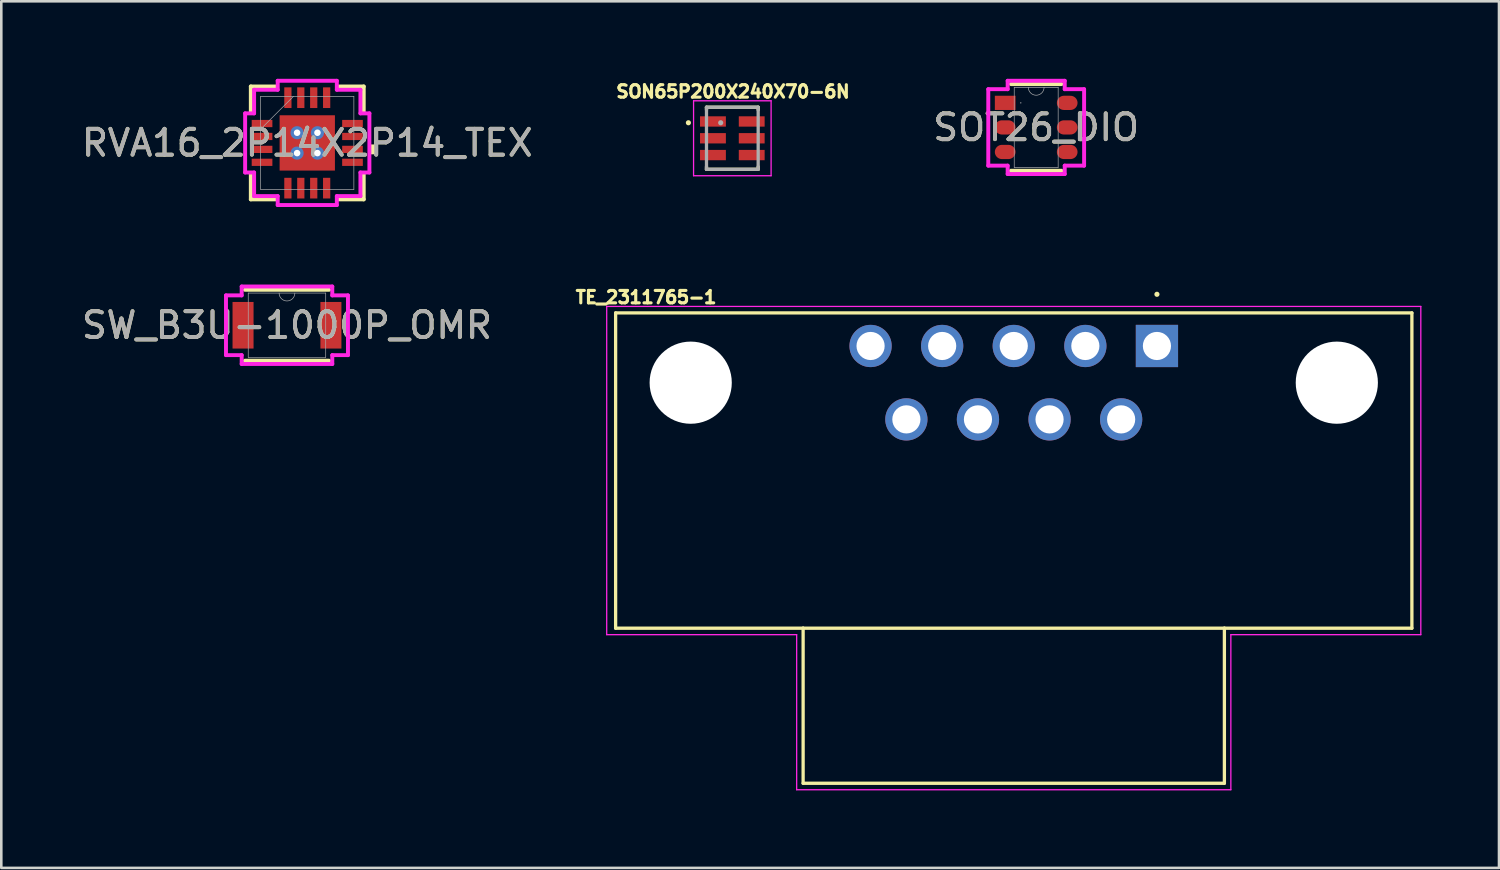
<source format=kicad_pcb>
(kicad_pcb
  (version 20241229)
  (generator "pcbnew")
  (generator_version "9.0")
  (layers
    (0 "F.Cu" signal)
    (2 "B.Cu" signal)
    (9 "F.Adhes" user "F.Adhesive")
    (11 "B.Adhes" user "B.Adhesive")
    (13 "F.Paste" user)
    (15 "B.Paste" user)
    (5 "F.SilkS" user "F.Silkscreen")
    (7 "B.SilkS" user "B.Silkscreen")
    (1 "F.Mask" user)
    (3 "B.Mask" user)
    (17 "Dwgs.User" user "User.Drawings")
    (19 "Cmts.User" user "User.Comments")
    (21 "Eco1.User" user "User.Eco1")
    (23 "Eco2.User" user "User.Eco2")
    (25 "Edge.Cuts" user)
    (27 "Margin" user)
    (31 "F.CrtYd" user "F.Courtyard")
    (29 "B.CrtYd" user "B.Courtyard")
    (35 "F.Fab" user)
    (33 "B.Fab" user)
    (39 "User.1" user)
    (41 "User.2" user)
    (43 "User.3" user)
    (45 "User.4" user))
  (footprint "TE_2311765-1"
    (layer "F.Cu")
    (at 41.715 10.337)
    (property "Reference" "TE_2311765-1" (at -19.767 -1.885 0) (layer "F.SilkS") (effects (font (size 0.48 0.48) (thickness 0.15))))
    (attr through_hole)
    (fp_line (start -20.945 -1.28) (end 9.865 -1.28) (stroke (width 0.127) (type solid)) (layer "F.SilkS"))
    (fp_line (start -20.945 10.92) (end -20.945 -1.28) (stroke (width 0.127) (type solid)) (layer "F.SilkS"))
    (fp_line (start -13.69 10.92) (end -20.945 10.92) (stroke (width 0.127) (type solid)) (layer "F.SilkS"))
    (fp_line (start -13.69 10.92) (end 2.61 10.92) (stroke (width 0.127) (type solid)) (layer "F.SilkS"))
    (fp_line (start -13.69 16.92) (end -13.69 10.92) (stroke (width 0.127) (type solid)) (layer "F.SilkS"))
    (fp_line (start 2.61 10.92) (end 2.61 16.92) (stroke (width 0.127) (type solid)) (layer "F.SilkS"))
    (fp_line (start 2.61 16.92) (end -13.69 16.92) (stroke (width 0.127) (type solid)) (layer "F.SilkS"))
    (fp_line (start 9.865 -1.28) (end 9.865 10.92) (stroke (width 0.127) (type solid)) (layer "F.SilkS"))
    (fp_line (start 9.865 10.92) (end 2.61 10.92) (stroke (width 0.127) (type solid)) (layer "F.SilkS"))
    (fp_circle (center 0 -2) (end 0.05 -2) (stroke (width 0.1) (type solid)) (fill no) (layer "F.SilkS"))
    (fp_line (start -21.29 -1.53) (end -21.29 11.17) (stroke (width 0.05) (type solid)) (layer "F.CrtYd"))
    (fp_line (start -21.29 -1.53) (end 10.21 -1.53) (stroke (width 0.05) (type solid)) (layer "F.CrtYd"))
    (fp_line (start -21.29 11.17) (end -13.94 11.17) (stroke (width 0.05) (type solid)) (layer "F.CrtYd"))
    (fp_line (start -13.94 11.17) (end -13.94 17.17) (stroke (width 0.05) (type solid)) (layer "F.CrtYd"))
    (fp_line (start 2.86 11.17) (end 2.86 17.17) (stroke (width 0.05) (type solid)) (layer "F.CrtYd"))
    (fp_line (start 2.86 17.17) (end -13.94 17.17) (stroke (width 0.05) (type solid)) (layer "F.CrtYd"))
    (fp_line (start 10.21 -1.53) (end 10.21 11.17) (stroke (width 0.05) (type solid)) (layer "F.CrtYd"))
    (fp_line (start 10.21 11.17) (end 2.86 11.17) (stroke (width 0.05) (type solid)) (layer "F.CrtYd"))
    (fp_circle (center 0 0) (end 0.05 0) (stroke (width 0.1) (type solid)) (fill no) (layer "F.Fab"))
    (pad "" np_thru_hole circle (at -18.04 1.42) (size 3.18 3.18) (drill 3.18) (layers "*.Cu" "*.Mask"))
    (pad "" np_thru_hole circle (at 6.96 1.42) (size 3.18 3.18) (drill 3.18) (layers "*.Cu" "*.Mask"))
    (pad "1" thru_hole rect (at 0 0) (size 1.635 1.635) (drill 1.09) (layers "*.Cu" "*.Mask"))
    (pad "2" thru_hole circle (at -2.77 0) (size 1.635 1.635) (drill 1.09) (layers "*.Cu" "*.Mask"))
    (pad "3" thru_hole circle (at -5.54 0) (size 1.635 1.635) (drill 1.09) (layers "*.Cu" "*.Mask"))
    (pad "4" thru_hole circle (at -8.31 0) (size 1.635 1.635) (drill 1.09) (layers "*.Cu" "*.Mask"))
    (pad "5" thru_hole circle (at -11.08 0) (size 1.635 1.635) (drill 1.09) (layers "*.Cu" "*.Mask"))
    (pad "6" thru_hole circle (at -1.385 2.84) (size 1.635 1.635) (drill 1.09) (layers "*.Cu" "*.Mask"))
    (pad "7" thru_hole circle (at -4.155 2.84) (size 1.635 1.635) (drill 1.09) (layers "*.Cu" "*.Mask"))
    (pad "8" thru_hole circle (at -6.925 2.84) (size 1.635 1.635) (drill 1.09) (layers "*.Cu" "*.Mask"))
    (pad "9" thru_hole circle (at -9.695 2.84) (size 1.635 1.635) (drill 1.09) (layers "*.Cu" "*.Mask")))
  (footprint "SOT26_DIO"
    (layer "F.Cu")
    (at 37.043 1.88)
    (property "Reference" "SOT26_DIO" (at 0 0 0) (unlocked yes) (layer "F.SilkS") (effects (font (size 1 1) (thickness 0.15))))
    (attr smd)
    (fp_line (start -0.977 1.677) (end 0.977 1.677) (stroke (width 0.152) (type solid)) (layer "F.SilkS"))
    (fp_line (start 0.977 -1.677) (end -0.977 -1.677) (stroke (width 0.152) (type solid)) (layer "F.SilkS"))
    (fp_line (start -1.854 -1.479) (end -1.104 -1.479) (stroke (width 0.152) (type solid)) (layer "F.CrtYd"))
    (fp_line (start -1.854 1.479) (end -1.854 -1.479) (stroke (width 0.152) (type solid)) (layer "F.CrtYd"))
    (fp_line (start -1.854 1.479) (end -1.104 1.479) (stroke (width 0.152) (type solid)) (layer "F.CrtYd"))
    (fp_line (start -1.104 -1.804) (end 1.104 -1.804) (stroke (width 0.152) (type solid)) (layer "F.CrtYd"))
    (fp_line (start -1.104 -1.479) (end -1.104 -1.804) (stroke (width 0.152) (type solid)) (layer "F.CrtYd"))
    (fp_line (start -1.104 1.804) (end -1.104 1.479) (stroke (width 0.152) (type solid)) (layer "F.CrtYd"))
    (fp_line (start 1.104 -1.804) (end 1.104 -1.479) (stroke (width 0.152) (type solid)) (layer "F.CrtYd"))
    (fp_line (start 1.104 1.479) (end 1.104 1.804) (stroke (width 0.152) (type solid)) (layer "F.CrtYd"))
    (fp_line (start 1.104 1.804) (end -1.104 1.804) (stroke (width 0.152) (type solid)) (layer "F.CrtYd"))
    (fp_line (start 1.854 -1.479) (end 1.104 -1.479) (stroke (width 0.152) (type solid)) (layer "F.CrtYd"))
    (fp_line (start 1.854 -1.479) (end 1.854 1.479) (stroke (width 0.152) (type solid)) (layer "F.CrtYd"))
    (fp_line (start 1.854 1.479) (end 1.104 1.479) (stroke (width 0.152) (type solid)) (layer "F.CrtYd"))
    (fp_line (start -0.85 -1.55) (end -0.85 1.55) (stroke (width 0.025) (type solid)) (layer "F.Fab"))
    (fp_line (start -0.85 1.55) (end 0.85 1.55) (stroke (width 0.025) (type solid)) (layer "F.Fab"))
    (fp_line (start 0.85 -1.55) (end -0.85 -1.55) (stroke (width 0.025) (type solid)) (layer "F.Fab"))
    (fp_line (start 0.85 1.55) (end 0.85 -1.55) (stroke (width 0.025) (type solid)) (layer "F.Fab"))
    (fp_arc (start 0.3048 -1.549999) (mid 0 -1.245199) (end -0.3048 -1.549999) (stroke (width 0.0254) (type solid)) (layer "F.Fab"))
    (fp_circle (center -0.596 -0.95) (end -0.596 -0.95) (stroke (width 0.025) (type solid)) (fill no) (layer "F.Fab"))
    (fp_text user "${REFERENCE}" (at 0 0 0) (unlocked yes) (layer "F.Fab") (effects (font (size 1 1) (thickness 0.15))))
    (pad "1" smd rect (at -1.2 -0.95) (size 0.8 0.55) (layers "F.Cu" "F.Mask" "F.Paste"))
    (pad "2" smd oval (at -1.2 0) (size 0.8 0.55) (layers "F.Cu" "F.Mask" "F.Paste"))
    (pad "3" smd oval (at -1.2 0.95) (size 0.8 0.55) (layers "F.Cu" "F.Mask" "F.Paste"))
    (pad "4" smd oval (at 1.2 0.95) (size 0.8 0.55) (layers "F.Cu" "F.Mask" "F.Paste"))
    (pad "5" smd oval (at 1.2 0) (size 0.8 0.55) (layers "F.Cu" "F.Mask" "F.Paste"))
    (pad "6" smd oval (at 1.2 -0.95) (size 0.8 0.55) (layers "F.Cu" "F.Mask" "F.Paste")))
  (footprint "RVA16_2P14X2P14_TEX"
    (layer "F.Cu")
    (at 8.839 2.48)
    (property "Reference" "RVA16_2P14X2P14_TEX" (at 0 0 0) (unlocked yes) (layer "F.SilkS") (effects (font (size 1 1) (thickness 0.15))))
    (attr smd)
    (fp_poly (pts (xy -1.133 -1.133) (xy -0.594 -1.133) (xy -0.594 1.133) (xy -1.133 1.133)) (stroke (width 0) (type solid)) (fill yes) (layer "F.Mask"))
    (fp_poly (pts (xy -1.133 -1.133) (xy 1.133 -1.133) (xy 1.133 -0.594) (xy -1.133 -0.594)) (stroke (width 0) (type solid)) (fill yes) (layer "F.Mask"))
    (fp_poly (pts (xy -1.133 -0.194) (xy 1.133 -0.194) (xy 1.133 0.194) (xy -1.133 0.194)) (stroke (width 0) (type solid)) (fill yes) (layer "F.Mask"))
    (fp_poly (pts (xy -1.133 0.594) (xy 1.133 0.594) (xy 1.133 1.133) (xy -1.133 1.133)) (stroke (width 0) (type solid)) (fill yes) (layer "F.Mask"))
    (fp_poly (pts (xy 0.194 -1.133) (xy -0.194 -1.133) (xy -0.194 1.133) (xy 0.194 1.133)) (stroke (width 0) (type solid)) (fill yes) (layer "F.Mask"))
    (fp_poly (pts (xy 0.594 -1.133) (xy 1.133 -1.133) (xy 1.133 1.133) (xy 0.594 1.133)) (stroke (width 0) (type solid)) (fill yes) (layer "F.Mask"))
    (fp_line (start -2.184 -2.184) (end -2.184 -1.221) (stroke (width 0.152) (type solid)) (layer "F.SilkS"))
    (fp_line (start -2.184 1.221) (end -2.184 2.184) (stroke (width 0.152) (type solid)) (layer "F.SilkS"))
    (fp_line (start -2.184 2.184) (end -1.221 2.184) (stroke (width 0.152) (type solid)) (layer "F.SilkS"))
    (fp_line (start -1.221 -2.184) (end -2.184 -2.184) (stroke (width 0.152) (type solid)) (layer "F.SilkS"))
    (fp_line (start 1.221 2.184) (end 2.184 2.184) (stroke (width 0.152) (type solid)) (layer "F.SilkS"))
    (fp_line (start 2.184 -2.184) (end 1.221 -2.184) (stroke (width 0.152) (type solid)) (layer "F.SilkS"))
    (fp_line (start 2.184 -1.221) (end 2.184 -2.184) (stroke (width 0.152) (type solid)) (layer "F.SilkS"))
    (fp_line (start 2.184 2.184) (end 2.184 1.221) (stroke (width 0.152) (type solid)) (layer "F.SilkS"))
    (fp_poly (pts (xy 2.658 0.059) (xy 2.658 0.441) (xy 2.404 0.441) (xy 2.404 0.059)) (stroke (width 0) (type solid)) (fill yes) (layer "F.SilkS"))
    (fp_poly (pts (xy -0.995 -0.995) (xy -0.995 -0.494) (xy -0.635 -0.494) (xy -0.494 -0.635) (xy -0.494 -0.995)) (stroke (width 0) (type solid)) (fill yes) (layer "F.Paste"))
    (fp_poly (pts (xy -0.995 0.494) (xy -0.995 0.995) (xy -0.494 0.995) (xy -0.494 0.635) (xy -0.635 0.494)) (stroke (width 0) (type solid)) (fill yes) (layer "F.Paste"))
    (fp_poly (pts (xy 0.494 -0.995) (xy 0.494 -0.635) (xy 0.635 -0.494) (xy 0.995 -0.494) (xy 0.995 -0.995)) (stroke (width 0) (type solid)) (fill yes) (layer "F.Paste"))
    (fp_poly (pts (xy 0.635 0.494) (xy 0.494 0.635) (xy 0.494 0.995) (xy 0.995 0.995) (xy 0.995 0.494)) (stroke (width 0) (type solid)) (fill yes) (layer "F.Paste"))
    (fp_poly (pts (xy -0.995 -0.294) (xy -0.995 0.294) (xy -0.635 0.294) (xy -0.494 0.152) (xy -0.494 -0.152) (xy -0.635 -0.294)) (stroke (width 0) (type solid)) (fill yes) (layer "F.Paste"))
    (fp_poly (pts (xy -0.294 -0.995) (xy -0.294 -0.635) (xy -0.152 -0.494) (xy 0.152 -0.494) (xy 0.294 -0.635) (xy 0.294 -0.995)) (stroke (width 0) (type solid)) (fill yes) (layer "F.Paste"))
    (fp_poly (pts (xy -0.152 0.494) (xy -0.294 0.635) (xy -0.294 0.995) (xy 0.294 0.995) (xy 0.294 0.635) (xy 0.152 0.494)) (stroke (width 0) (type solid)) (fill yes) (layer "F.Paste"))
    (fp_poly (pts (xy 0.635 -0.294) (xy 0.494 -0.152) (xy 0.494 0.152) (xy 0.635 0.294) (xy 0.995 0.294) (xy 0.995 -0.294)) (stroke (width 0) (type solid)) (fill yes) (layer "F.Paste"))
    (fp_poly (pts (xy -0.152 -0.294) (xy -0.294 -0.152) (xy -0.294 0.152) (xy -0.152 0.294) (xy 0.152 0.294) (xy 0.294 0.152) (xy 0.294 -0.152) (xy 0.152 -0.294)) (stroke (width 0) (type solid)) (fill yes) (layer "F.Paste"))
    (fp_line (start -2.404 -1.144) (end -2.057 -1.144) (stroke (width 0.152) (type solid)) (layer "F.CrtYd"))
    (fp_line (start -2.404 1.144) (end -2.404 -1.144) (stroke (width 0.152) (type solid)) (layer "F.CrtYd"))
    (fp_line (start -2.057 -2.057) (end -1.144 -2.057) (stroke (width 0.152) (type solid)) (layer "F.CrtYd"))
    (fp_line (start -2.057 -1.144) (end -2.057 -2.057) (stroke (width 0.152) (type solid)) (layer "F.CrtYd"))
    (fp_line (start -2.057 1.144) (end -2.404 1.144) (stroke (width 0.152) (type solid)) (layer "F.CrtYd"))
    (fp_line (start -2.057 2.057) (end -2.057 1.144) (stroke (width 0.152) (type solid)) (layer "F.CrtYd"))
    (fp_line (start -1.144 -2.404) (end 1.144 -2.404) (stroke (width 0.152) (type solid)) (layer "F.CrtYd"))
    (fp_line (start -1.144 -2.057) (end -1.144 -2.404) (stroke (width 0.152) (type solid)) (layer "F.CrtYd"))
    (fp_line (start -1.144 2.057) (end -2.057 2.057) (stroke (width 0.152) (type solid)) (layer "F.CrtYd"))
    (fp_line (start -1.144 2.404) (end -1.144 2.057) (stroke (width 0.152) (type solid)) (layer "F.CrtYd"))
    (fp_line (start 1.144 -2.404) (end 1.144 -2.057) (stroke (width 0.152) (type solid)) (layer "F.CrtYd"))
    (fp_line (start 1.144 -2.057) (end 2.057 -2.057) (stroke (width 0.152) (type solid)) (layer "F.CrtYd"))
    (fp_line (start 1.144 2.057) (end 1.144 2.404) (stroke (width 0.152) (type solid)) (layer "F.CrtYd"))
    (fp_line (start 1.144 2.404) (end -1.144 2.404) (stroke (width 0.152) (type solid)) (layer "F.CrtYd"))
    (fp_line (start 2.057 -2.057) (end 2.057 -1.144) (stroke (width 0.152) (type solid)) (layer "F.CrtYd"))
    (fp_line (start 2.057 -1.144) (end 2.404 -1.144) (stroke (width 0.152) (type solid)) (layer "F.CrtYd"))
    (fp_line (start 2.057 1.144) (end 2.057 2.057) (stroke (width 0.152) (type solid)) (layer "F.CrtYd"))
    (fp_line (start 2.057 2.057) (end 1.144 2.057) (stroke (width 0.152) (type solid)) (layer "F.CrtYd"))
    (fp_line (start 2.404 -1.144) (end 2.404 1.144) (stroke (width 0.152) (type solid)) (layer "F.CrtYd"))
    (fp_line (start 2.404 1.144) (end 2.057 1.144) (stroke (width 0.152) (type solid)) (layer "F.CrtYd"))
    (fp_line (start -1.803 -1.803) (end -1.803 1.803) (stroke (width 0.025) (type solid)) (layer "F.Fab"))
    (fp_line (start -1.803 -0.533) (end -0.533 -1.803) (stroke (width 0.025) (type solid)) (layer "F.Fab"))
    (fp_line (start -1.803 1.803) (end 1.803 1.803) (stroke (width 0.025) (type solid)) (layer "F.Fab"))
    (fp_line (start 1.803 -1.803) (end -1.803 -1.803) (stroke (width 0.025) (type solid)) (layer "F.Fab"))
    (fp_line (start 1.803 1.803) (end 1.803 -1.803) (stroke (width 0.025) (type solid)) (layer "F.Fab"))
    (fp_text user "${REFERENCE}" (at 0 0 0) (unlocked yes) (layer "F.Fab") (effects (font (size 1 1) (thickness 0.15))))
    (pad "1" smd rect (at -1.75 -0.75 90) (size 0.28 0.8) (layers "F.Cu" "F.Mask" "F.Paste"))
    (pad "2" smd rect (at -1.75 -0.25 90) (size 0.28 0.8) (layers "F.Cu" "F.Mask" "F.Paste"))
    (pad "3" smd rect (at -1.75 0.25 90) (size 0.28 0.8) (layers "F.Cu" "F.Mask" "F.Paste"))
    (pad "4" smd rect (at -1.75 0.75 90) (size 0.28 0.8) (layers "F.Cu" "F.Mask" "F.Paste"))
    (pad "5" smd rect (at -0.75 1.75) (size 0.28 0.8) (layers "F.Cu" "F.Mask" "F.Paste"))
    (pad "6" smd rect (at -0.25 1.75) (size 0.28 0.8) (layers "F.Cu" "F.Mask" "F.Paste"))
    (pad "7" smd rect (at 0.25 1.75) (size 0.28 0.8) (layers "F.Cu" "F.Mask" "F.Paste"))
    (pad "8" smd rect (at 0.75 1.75) (size 0.28 0.8) (layers "F.Cu" "F.Mask" "F.Paste"))
    (pad "9" smd rect (at 1.75 0.75 90) (size 0.28 0.8) (layers "F.Cu" "F.Mask" "F.Paste"))
    (pad "10" smd rect (at 1.75 0.25 90) (size 0.28 0.8) (layers "F.Cu" "F.Mask" "F.Paste"))
    (pad "11" smd rect (at 1.75 -0.25 90) (size 0.28 0.8) (layers "F.Cu" "F.Mask" "F.Paste"))
    (pad "12" smd rect (at 1.75 -0.75 90) (size 0.28 0.8) (layers "F.Cu" "F.Mask" "F.Paste"))
    (pad "13" smd rect (at 0.75 -1.75) (size 0.28 0.8) (layers "F.Cu" "F.Mask" "F.Paste"))
    (pad "14" smd rect (at 0.25 -1.75) (size 0.28 0.8) (layers "F.Cu" "F.Mask" "F.Paste"))
    (pad "15" smd rect (at -0.25 -1.75) (size 0.28 0.8) (layers "F.Cu" "F.Mask" "F.Paste"))
    (pad "16" smd rect (at -0.75 -1.75) (size 0.28 0.8) (layers "F.Cu" "F.Mask" "F.Paste"))
    (pad "17" thru_hole circle (at -0.394 -0.394) (size 0.508 0.508) (drill 0.254) (layers "*.Cu" "*.Mask"))
    (pad "17" thru_hole circle (at -0.394 0.394) (size 0.508 0.508) (drill 0.254) (layers "*.Cu" "*.Mask"))
    (pad "17" smd rect (at 0 0) (size 2.14 2.14) (layers "F.Cu"))
    (pad "17" thru_hole circle (at 0.394 -0.394) (size 0.508 0.508) (drill 0.254) (layers "*.Cu" "*.Mask"))
    (pad "17" thru_hole circle (at 0.394 0.394) (size 0.508 0.508) (drill 0.254) (layers "*.Cu" "*.Mask")))
  (footprint "SW_B3U-1000P_OMR"
    (layer "F.Cu")
    (at 8.054 9.535)
    (property "Reference" "SW_B3U-1000P_OMR" (at 0 0 0) (unlocked yes) (layer "F.SilkS") (effects (font (size 1 1) (thickness 0.15))))
    (attr smd)
    (fp_line (start -1.626 1.372) (end 1.626 1.372) (stroke (width 0.152) (type solid)) (layer "F.SilkS"))
    (fp_line (start 1.626 -1.372) (end -1.626 -1.372) (stroke (width 0.152) (type solid)) (layer "F.SilkS"))
    (fp_line (start -2.36 -1.156) (end -1.753 -1.156) (stroke (width 0.152) (type solid)) (layer "F.CrtYd"))
    (fp_line (start -2.36 1.156) (end -2.36 -1.156) (stroke (width 0.152) (type solid)) (layer "F.CrtYd"))
    (fp_line (start -2.36 1.156) (end -1.753 1.156) (stroke (width 0.152) (type solid)) (layer "F.CrtYd"))
    (fp_line (start -1.753 -1.499) (end 1.753 -1.499) (stroke (width 0.152) (type solid)) (layer "F.CrtYd"))
    (fp_line (start -1.753 -1.156) (end -1.753 -1.499) (stroke (width 0.152) (type solid)) (layer "F.CrtYd"))
    (fp_line (start -1.753 1.499) (end -1.753 1.156) (stroke (width 0.152) (type solid)) (layer "F.CrtYd"))
    (fp_line (start 1.753 -1.499) (end 1.753 -1.156) (stroke (width 0.152) (type solid)) (layer "F.CrtYd"))
    (fp_line (start 1.753 1.156) (end 1.753 1.499) (stroke (width 0.152) (type solid)) (layer "F.CrtYd"))
    (fp_line (start 1.753 1.499) (end -1.753 1.499) (stroke (width 0.152) (type solid)) (layer "F.CrtYd"))
    (fp_line (start 2.36 -1.156) (end 1.753 -1.156) (stroke (width 0.152) (type solid)) (layer "F.CrtYd"))
    (fp_line (start 2.36 -1.156) (end 2.36 1.156) (stroke (width 0.152) (type solid)) (layer "F.CrtYd"))
    (fp_line (start 2.36 1.156) (end 1.753 1.156) (stroke (width 0.152) (type solid)) (layer "F.CrtYd"))
    (fp_line (start -1.499 -1.245) (end -1.499 1.245) (stroke (width 0.025) (type solid)) (layer "F.Fab"))
    (fp_line (start -1.499 1.245) (end 1.499 1.245) (stroke (width 0.025) (type solid)) (layer "F.Fab"))
    (fp_line (start 1.499 -1.245) (end -1.499 -1.245) (stroke (width 0.025) (type solid)) (layer "F.Fab"))
    (fp_line (start 1.499 1.245) (end 1.499 -1.245) (stroke (width 0.025) (type solid)) (layer "F.Fab"))
    (fp_arc (start 0.3048 -1.2446) (mid 0 -0.9398) (end -0.3048 -1.2446) (stroke (width 0.0254) (type solid)) (layer "F.Fab"))
    (fp_circle (center -1.294 0) (end -1.294 0) (stroke (width 0.025) (type solid)) (fill no) (layer "F.Fab"))
    (fp_text user "${REFERENCE}" (at 0 0 0) (unlocked yes) (layer "F.Fab") (effects (font (size 1 1) (thickness 0.15))))
    (pad "1" smd rect (at -1.7 0) (size 0.813 1.803) (layers "F.Cu" "F.Mask" "F.Paste"))
    (pad "2" smd rect (at 1.7 0) (size 0.813 1.803) (layers "F.Cu" "F.Mask" "F.Paste")))
  (footprint "SON65P200X240X70-6N"
    (layer "F.Cu")
    (at 25.286 2.3)
    (property "Reference" "SON65P200X240X70-6N" (at 0.024 -1.808 0) (layer "F.SilkS") (effects (font (size 0.481 0.481) (thickness 0.15))))
    (attr smd)
    (fp_line (start -1 -1.2) (end 1 -1.2) (stroke (width 0.127) (type solid)) (layer "F.SilkS"))
    (fp_line (start -1 -1.1) (end -1 -1.2) (stroke (width 0.127) (type solid)) (layer "F.SilkS"))
    (fp_line (start -1 1.2) (end -1 1.1) (stroke (width 0.127) (type solid)) (layer "F.SilkS"))
    (fp_line (start 1 -1.2) (end 1 -1.1) (stroke (width 0.127) (type solid)) (layer "F.SilkS"))
    (fp_line (start 1 1.1) (end 1 1.2) (stroke (width 0.127) (type solid)) (layer "F.SilkS"))
    (fp_line (start 1 1.2) (end -1 1.2) (stroke (width 0.127) (type solid)) (layer "F.SilkS"))
    (fp_circle (center -1.7 -0.6) (end -1.65 -0.6) (stroke (width 0.1) (type solid)) (fill no) (layer "F.SilkS"))
    (fp_line (start -1.5 -1.45) (end 1.5 -1.45) (stroke (width 0.05) (type solid)) (layer "F.CrtYd"))
    (fp_line (start -1.5 1.45) (end -1.5 -1.45) (stroke (width 0.05) (type solid)) (layer "F.CrtYd"))
    (fp_line (start 1.5 -1.45) (end 1.5 1.45) (stroke (width 0.05) (type solid)) (layer "F.CrtYd"))
    (fp_line (start 1.5 1.45) (end -1.5 1.45) (stroke (width 0.05) (type solid)) (layer "F.CrtYd"))
    (fp_line (start -1 -1.2) (end 1 -1.2) (stroke (width 0.127) (type solid)) (layer "F.Fab"))
    (fp_line (start -1 1.2) (end -1 -1.2) (stroke (width 0.127) (type solid)) (layer "F.Fab"))
    (fp_line (start 1 -1.2) (end 1 1.2) (stroke (width 0.127) (type solid)) (layer "F.Fab"))
    (fp_line (start 1 1.2) (end -1 1.2) (stroke (width 0.127) (type solid)) (layer "F.Fab"))
    (fp_circle (center -0.45 -0.6) (end -0.4 -0.6) (stroke (width 0.1) (type solid)) (fill no) (layer "F.Fab"))
    (pad "1" smd rect (at -0.75 -0.65) (size 1 0.4) (layers "F.Cu" "F.Mask" "F.Paste"))
    (pad "2" smd rect (at -0.75 0) (size 1 0.4) (layers "F.Cu" "F.Mask" "F.Paste"))
    (pad "3" smd rect (at -0.75 0.65) (size 1 0.4) (layers "F.Cu" "F.Mask" "F.Paste"))
    (pad "4" smd rect (at 0.75 0.65) (size 1 0.4) (layers "F.Cu" "F.Mask" "F.Paste"))
    (pad "5" smd rect (at 0.75 0) (size 1 0.4) (layers "F.Cu" "F.Mask" "F.Paste"))
    (pad "6" smd rect (at 0.75 -0.65) (size 1 0.4) (layers "F.Cu" "F.Mask" "F.Paste")))
  (gr_rect
    (start -3 -3)
    (end 54.95 30.532)
    (stroke (width 0.1) (type default))
    (fill no)
    (layer "Edge.Cuts")))
</source>
